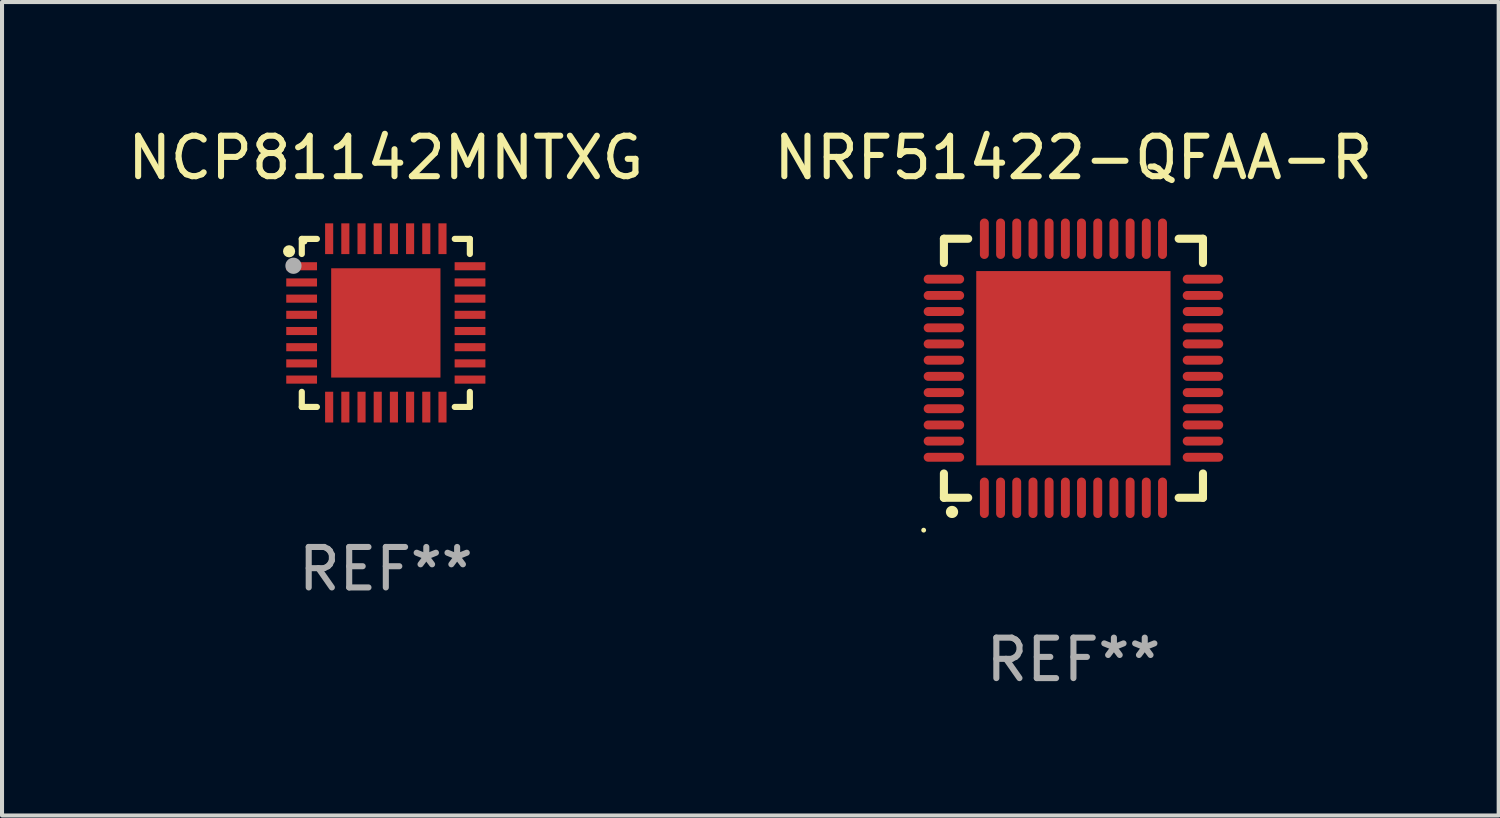
<source format=kicad_pcb>
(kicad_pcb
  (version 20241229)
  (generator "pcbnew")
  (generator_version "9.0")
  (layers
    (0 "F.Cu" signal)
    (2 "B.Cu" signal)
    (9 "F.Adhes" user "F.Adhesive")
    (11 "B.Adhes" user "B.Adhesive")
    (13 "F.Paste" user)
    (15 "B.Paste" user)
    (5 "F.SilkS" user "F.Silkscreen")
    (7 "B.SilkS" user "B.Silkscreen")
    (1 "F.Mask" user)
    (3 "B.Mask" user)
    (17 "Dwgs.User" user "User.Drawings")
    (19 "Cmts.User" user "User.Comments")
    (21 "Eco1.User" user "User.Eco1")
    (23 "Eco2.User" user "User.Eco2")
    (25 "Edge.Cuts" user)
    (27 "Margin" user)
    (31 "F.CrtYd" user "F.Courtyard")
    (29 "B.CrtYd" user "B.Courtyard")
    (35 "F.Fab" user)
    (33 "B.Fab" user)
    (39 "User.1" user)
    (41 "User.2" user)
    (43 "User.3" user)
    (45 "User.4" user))
  (footprint "NCP81142MNTXG"
    (layer "F.Cu")
    (at 6.482 4.928)
    (property "Reference" "NCP81142MNTXG" (at 0 -4.08 0) (layer "F.SilkS") (effects (font (size 1 1) (thickness 0.15))))
    (attr through_hole)
    (fp_line (start -2.076 -2.076) (end -2.076 -1.703) (stroke (width 0.152) (type solid)) (layer "F.SilkS"))
    (fp_line (start -2.076 2.076) (end -2.076 1.703) (stroke (width 0.152) (type solid)) (layer "F.SilkS"))
    (fp_line (start -1.703 -2.076) (end -2.076 -2.076) (stroke (width 0.152) (type solid)) (layer "F.SilkS"))
    (fp_line (start -1.703 2.076) (end -2.076 2.076) (stroke (width 0.152) (type solid)) (layer "F.SilkS"))
    (fp_line (start 1.703 -2.076) (end 2.076 -2.076) (stroke (width 0.152) (type solid)) (layer "F.SilkS"))
    (fp_line (start 1.703 2.076) (end 2.076 2.076) (stroke (width 0.152) (type solid)) (layer "F.SilkS"))
    (fp_line (start 2.076 -2.076) (end 2.076 -1.703) (stroke (width 0.152) (type solid)) (layer "F.SilkS"))
    (fp_line (start 2.076 2.076) (end 2.076 1.703) (stroke (width 0.152) (type solid)) (layer "F.SilkS"))
    (fp_circle (center -2.39 -1.77) (end -2.315 -1.77) (stroke (width 0.15) (type solid)) (fill no) (layer "F.SilkS"))
    (fp_circle (center -2 -2) (end -1.97 -2) (stroke (width 0.06) (type solid)) (fill no) (layer "F.SilkS"))
    (fp_circle (center -2.282 -1.412) (end -2.182 -1.412) (stroke (width 0.2) (type solid)) (fill no) (layer "F.Fab"))
    (fp_text user "REF**" (at 0 6.08 0) (layer "F.Fab") (effects (font (size 1 1) (thickness 0.15))))
    (pad "1" smd rect (at -2.08 -1.4) (size 0.76 0.2) (layers "F.Cu" "F.Mask" "F.Paste"))
    (pad "2" smd rect (at -2.08 -1) (size 0.76 0.2) (layers "F.Cu" "F.Mask" "F.Paste"))
    (pad "3" smd rect (at -2.08 -0.6) (size 0.76 0.2) (layers "F.Cu" "F.Mask" "F.Paste"))
    (pad "4" smd rect (at -2.08 -0.2) (size 0.76 0.2) (layers "F.Cu" "F.Mask" "F.Paste"))
    (pad "5" smd rect (at -2.08 0.2) (size 0.76 0.2) (layers "F.Cu" "F.Mask" "F.Paste"))
    (pad "6" smd rect (at -2.08 0.6) (size 0.76 0.2) (layers "F.Cu" "F.Mask" "F.Paste"))
    (pad "7" smd rect (at -2.08 1) (size 0.76 0.2) (layers "F.Cu" "F.Mask" "F.Paste"))
    (pad "8" smd rect (at -2.08 1.4) (size 0.76 0.2) (layers "F.Cu" "F.Mask" "F.Paste"))
    (pad "9" smd rect (at -1.4 2.08) (size 0.2 0.76) (layers "F.Cu" "F.Mask" "F.Paste"))
    (pad "10" smd rect (at -1 2.08) (size 0.2 0.76) (layers "F.Cu" "F.Mask" "F.Paste"))
    (pad "11" smd rect (at -0.6 2.08) (size 0.2 0.76) (layers "F.Cu" "F.Mask" "F.Paste"))
    (pad "12" smd rect (at -0.2 2.08) (size 0.2 0.76) (layers "F.Cu" "F.Mask" "F.Paste"))
    (pad "13" smd rect (at 0.2 2.08) (size 0.2 0.76) (layers "F.Cu" "F.Mask" "F.Paste"))
    (pad "14" smd rect (at 0.6 2.08) (size 0.2 0.76) (layers "F.Cu" "F.Mask" "F.Paste"))
    (pad "15" smd rect (at 1 2.08) (size 0.2 0.76) (layers "F.Cu" "F.Mask" "F.Paste"))
    (pad "16" smd rect (at 1.4 2.08) (size 0.2 0.76) (layers "F.Cu" "F.Mask" "F.Paste"))
    (pad "17" smd rect (at 2.08 1.4) (size 0.76 0.2) (layers "F.Cu" "F.Mask" "F.Paste"))
    (pad "18" smd rect (at 2.08 1) (size 0.76 0.2) (layers "F.Cu" "F.Mask" "F.Paste"))
    (pad "19" smd rect (at 2.08 0.6) (size 0.76 0.2) (layers "F.Cu" "F.Mask" "F.Paste"))
    (pad "20" smd rect (at 2.08 0.2) (size 0.76 0.2) (layers "F.Cu" "F.Mask" "F.Paste"))
    (pad "21" smd rect (at 2.08 -0.2) (size 0.76 0.2) (layers "F.Cu" "F.Mask" "F.Paste"))
    (pad "22" smd rect (at 2.08 -0.6) (size 0.76 0.2) (layers "F.Cu" "F.Mask" "F.Paste"))
    (pad "23" smd rect (at 2.08 -1) (size 0.76 0.2) (layers "F.Cu" "F.Mask" "F.Paste"))
    (pad "24" smd rect (at 2.08 -1.4) (size 0.76 0.2) (layers "F.Cu" "F.Mask" "F.Paste"))
    (pad "25" smd rect (at 1.4 -2.08) (size 0.2 0.76) (layers "F.Cu" "F.Mask" "F.Paste"))
    (pad "26" smd rect (at 1 -2.08) (size 0.2 0.76) (layers "F.Cu" "F.Mask" "F.Paste"))
    (pad "27" smd rect (at 0.6 -2.08) (size 0.2 0.76) (layers "F.Cu" "F.Mask" "F.Paste"))
    (pad "28" smd rect (at 0.2 -2.08) (size 0.2 0.76) (layers "F.Cu" "F.Mask" "F.Paste"))
    (pad "29" smd rect (at -0.2 -2.08) (size 0.2 0.76) (layers "F.Cu" "F.Mask" "F.Paste"))
    (pad "30" smd rect (at -0.6 -2.08) (size 0.2 0.76) (layers "F.Cu" "F.Mask" "F.Paste"))
    (pad "31" smd rect (at -1 -2.08) (size 0.2 0.76) (layers "F.Cu" "F.Mask" "F.Paste"))
    (pad "32" smd rect (at -1.4 -2.08) (size 0.2 0.76) (layers "F.Cu" "F.Mask" "F.Paste"))
    (pad "33" smd rect (at 0 0) (size 2.7 2.7) (layers "F.Cu" "F.Mask" "F.Paste")))
  (footprint "NRF51422-QFAA-R"
    (layer "F.Cu")
    (at 23.47 6.048)
    (property "Reference" "NRF51422-QFAA-R" (at 0 -5.2 0) (layer "F.SilkS") (effects (font (size 1 1) (thickness 0.15))))
    (attr through_hole)
    (fp_line (start -3.2 -3.2) (end -2.6 -3.2) (stroke (width 0.2) (type solid)) (layer "F.SilkS"))
    (fp_line (start -3.2 -2.6) (end -3.2 -3.2) (stroke (width 0.2) (type solid)) (layer "F.SilkS"))
    (fp_line (start -3.2 3.2) (end -3.2 2.6) (stroke (width 0.2) (type solid)) (layer "F.SilkS"))
    (fp_line (start -2.6 3.2) (end -3.2 3.2) (stroke (width 0.2) (type solid)) (layer "F.SilkS"))
    (fp_line (start 3.2 -3.2) (end 2.6 -3.2) (stroke (width 0.2) (type solid)) (layer "F.SilkS"))
    (fp_line (start 3.2 -2.6) (end 3.2 -3.2) (stroke (width 0.2) (type solid)) (layer "F.SilkS"))
    (fp_line (start 3.2 2.6) (end 3.2 3.2) (stroke (width 0.2) (type solid)) (layer "F.SilkS"))
    (fp_line (start 3.2 3.2) (end 2.6 3.2) (stroke (width 0.2) (type solid)) (layer "F.SilkS"))
    (fp_arc (start -3.00094 3.54986) (mid -2.99967 3.549855) (end -2.9984 3.54986) (stroke (width 0.3) (type solid)) (layer "F.SilkS"))
    (fp_circle (center -3.7 4) (end -3.67 4) (stroke (width 0.06) (type solid)) (fill no) (layer "F.SilkS"))
    (fp_text user "REF**" (at 0 7.2 0) (layer "F.Fab") (effects (font (size 1 1) (thickness 0.15))))
    (pad "1" smd oval (at -2.201 3.2) (size 0.22 1) (layers "F.Cu" "F.Mask" "F.Paste"))
    (pad "2" smd oval (at -1.8 3.2) (size 0.22 1) (layers "F.Cu" "F.Mask" "F.Paste"))
    (pad "3" smd oval (at -1.401 3.2) (size 0.22 1) (layers "F.Cu" "F.Mask" "F.Paste"))
    (pad "4" smd oval (at -0.999 3.2) (size 0.22 1) (layers "F.Cu" "F.Mask" "F.Paste"))
    (pad "5" smd oval (at -0.601 3.2) (size 0.22 1) (layers "F.Cu" "F.Mask" "F.Paste"))
    (pad "6" smd oval (at -0.199 3.2) (size 0.22 1) (layers "F.Cu" "F.Mask" "F.Paste"))
    (pad "7" smd oval (at 0.199 3.2) (size 0.22 1) (layers "F.Cu" "F.Mask" "F.Paste"))
    (pad "8" smd oval (at 0.601 3.2) (size 0.22 1) (layers "F.Cu" "F.Mask" "F.Paste"))
    (pad "9" smd oval (at 1 3.2) (size 0.22 1) (layers "F.Cu" "F.Mask" "F.Paste"))
    (pad "10" smd oval (at 1.401 3.2) (size 0.22 1) (layers "F.Cu" "F.Mask" "F.Paste"))
    (pad "11" smd oval (at 1.8 3.2) (size 0.22 1) (layers "F.Cu" "F.Mask" "F.Paste"))
    (pad "12" smd oval (at 2.201 3.2) (size 0.22 1) (layers "F.Cu" "F.Mask" "F.Paste"))
    (pad "13" smd oval (at 3.2 2.199 90) (size 0.22 1) (layers "F.Cu" "F.Mask" "F.Paste"))
    (pad "14" smd oval (at 3.2 1.8 90) (size 0.22 1) (layers "F.Cu" "F.Mask" "F.Paste"))
    (pad "15" smd oval (at 3.2 1.401 90) (size 0.22 1) (layers "F.Cu" "F.Mask" "F.Paste"))
    (pad "16" smd oval (at 3.2 1 90) (size 0.22 1) (layers "F.Cu" "F.Mask" "F.Paste"))
    (pad "17" smd oval (at 3.2 0.601 90) (size 0.22 1) (layers "F.Cu" "F.Mask" "F.Paste"))
    (pad "18" smd oval (at 3.2 0.2 90) (size 0.22 1) (layers "F.Cu" "F.Mask" "F.Paste"))
    (pad "19" smd oval (at 3.2 -0.199 90) (size 0.22 1) (layers "F.Cu" "F.Mask" "F.Paste"))
    (pad "20" smd oval (at 3.2 -0.601 90) (size 0.22 1) (layers "F.Cu" "F.Mask" "F.Paste"))
    (pad "21" smd oval (at 3.2 -0.999 90) (size 0.22 1) (layers "F.Cu" "F.Mask" "F.Paste"))
    (pad "22" smd oval (at 3.2 -1.401 90) (size 0.22 1) (layers "F.Cu" "F.Mask" "F.Paste"))
    (pad "23" smd oval (at 3.2 -1.799 90) (size 0.22 1) (layers "F.Cu" "F.Mask" "F.Paste"))
    (pad "24" smd oval (at 3.2 -2.201 90) (size 0.22 1) (layers "F.Cu" "F.Mask" "F.Paste"))
    (pad "25" smd oval (at 2.201 -3.2 180) (size 0.22 1) (layers "F.Cu" "F.Mask" "F.Paste"))
    (pad "26" smd oval (at 1.8 -3.2 180) (size 0.22 1) (layers "F.Cu" "F.Mask" "F.Paste"))
    (pad "27" smd oval (at 1.401 -3.2 180) (size 0.22 1) (layers "F.Cu" "F.Mask" "F.Paste"))
    (pad "28" smd oval (at 1 -3.2 180) (size 0.22 1) (layers "F.Cu" "F.Mask" "F.Paste"))
    (pad "29" smd oval (at 0.601 -3.2 180) (size 0.22 1) (layers "F.Cu" "F.Mask" "F.Paste"))
    (pad "30" smd oval (at 0.199 -3.2 180) (size 0.22 1) (layers "F.Cu" "F.Mask" "F.Paste"))
    (pad "31" smd oval (at -0.199 -3.2 180) (size 0.22 1) (layers "F.Cu" "F.Mask" "F.Paste"))
    (pad "32" smd oval (at -0.601 -3.2 180) (size 0.22 1) (layers "F.Cu" "F.Mask" "F.Paste"))
    (pad "33" smd oval (at -0.999 -3.2 180) (size 0.22 1) (layers "F.Cu" "F.Mask" "F.Paste"))
    (pad "34" smd oval (at -1.401 -3.2 180) (size 0.22 1) (layers "F.Cu" "F.Mask" "F.Paste"))
    (pad "35" smd oval (at -1.8 -3.2 180) (size 0.22 1) (layers "F.Cu" "F.Mask" "F.Paste"))
    (pad "36" smd oval (at -2.201 -3.2 180) (size 0.22 1) (layers "F.Cu" "F.Mask" "F.Paste"))
    (pad "37" smd oval (at -3.2 -2.201 270) (size 0.22 1) (layers "F.Cu" "F.Mask" "F.Paste"))
    (pad "38" smd oval (at -3.2 -1.799 270) (size 0.22 1) (layers "F.Cu" "F.Mask" "F.Paste"))
    (pad "39" smd oval (at -3.2 -1.401 270) (size 0.22 1) (layers "F.Cu" "F.Mask" "F.Paste"))
    (pad "40" smd oval (at -3.2 -0.999 270) (size 0.22 1) (layers "F.Cu" "F.Mask" "F.Paste"))
    (pad "41" smd oval (at -3.2 -0.601 270) (size 0.22 1) (layers "F.Cu" "F.Mask" "F.Paste"))
    (pad "42" smd oval (at -3.2 -0.199 270) (size 0.22 1) (layers "F.Cu" "F.Mask" "F.Paste"))
    (pad "43" smd oval (at -3.2 0.2 270) (size 0.22 1) (layers "F.Cu" "F.Mask" "F.Paste"))
    (pad "44" smd oval (at -3.2 0.601 270) (size 0.22 1) (layers "F.Cu" "F.Mask" "F.Paste"))
    (pad "45" smd oval (at -3.2 1 270) (size 0.22 1) (layers "F.Cu" "F.Mask" "F.Paste"))
    (pad "46" smd oval (at -3.2 1.401 270) (size 0.22 1) (layers "F.Cu" "F.Mask" "F.Paste"))
    (pad "47" smd oval (at -3.2 1.8 270) (size 0.22 1) (layers "F.Cu" "F.Mask" "F.Paste"))
    (pad "48" smd oval (at -3.2 2.199 270) (size 0.22 1) (layers "F.Cu" "F.Mask" "F.Paste"))
    (pad "49" smd rect (at -0.001 -0.001 90) (size 4.8 4.8) (layers "F.Cu" "F.Mask" "F.Paste")))
  (gr_rect
    (start -3 -3)
    (end 33.976 17.097)
    (stroke (width 0.1) (type default))
    (fill no)
    (layer "Edge.Cuts")))
</source>
